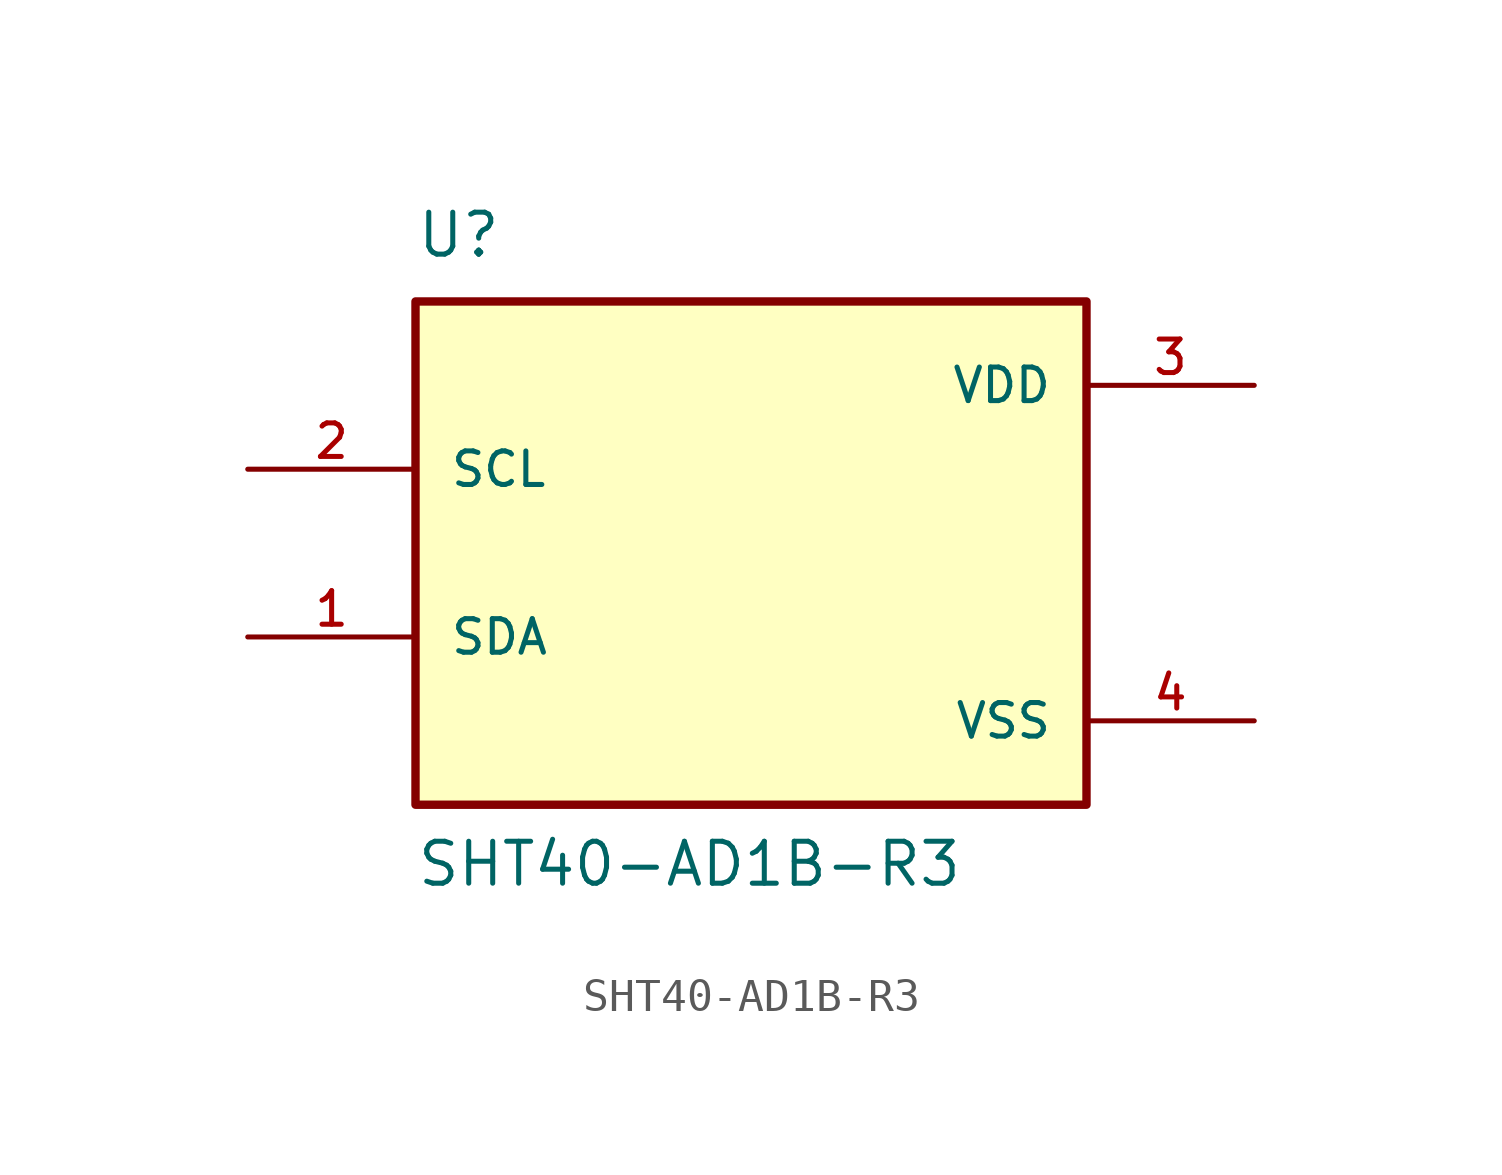
<source format=kicad_sym>
(kicad_symbol_lib
  (version 20211014)
  (generator kicad_symbol_editor)
  (symbol "SHT40-AD1B-R3"
    (pin_names
      (offset 1.016))
    (property "Reference" "U"
      (at -10.16 8.89 0)
      (effects (font (size 1.27 1.27)) (justify bottom left)))
    (property "Value" "SHT40-AD1B-R3"
      (at -10.16 -10.16 0)
      (effects (font (size 1.27 1.27)) (justify bottom left)))
    (symbol "SHT40-AD1B-R3_0_0"
      (rectangle (start -10.16 -7.62) (end 10.16 7.62) (stroke (width 0.254)) (fill (type background)))
      (pin input line (at -15.24 2.54 0) (length 5.08) (name "SCL" (effects (font (size 1.016 1.016)))) (number "2" (effects (font (size 1.016 1.016)))))
      (pin bidirectional line (at -15.24 -2.54 0) (length 5.08) (name "SDA" (effects (font (size 1.016 1.016)))) (number "1" (effects (font (size 1.016 1.016)))))
      (pin power_in line (at 15.24 5.08 180.0) (length 5.08) (name "VDD" (effects (font (size 1.016 1.016)))) (number "3" (effects (font (size 1.016 1.016)))))
      (pin power_in line (at 15.24 -5.08 180.0) (length 5.08) (name "VSS" (effects (font (size 1.016 1.016)))) (number "4" (effects (font (size 1.016 1.016))))))))
</source>
